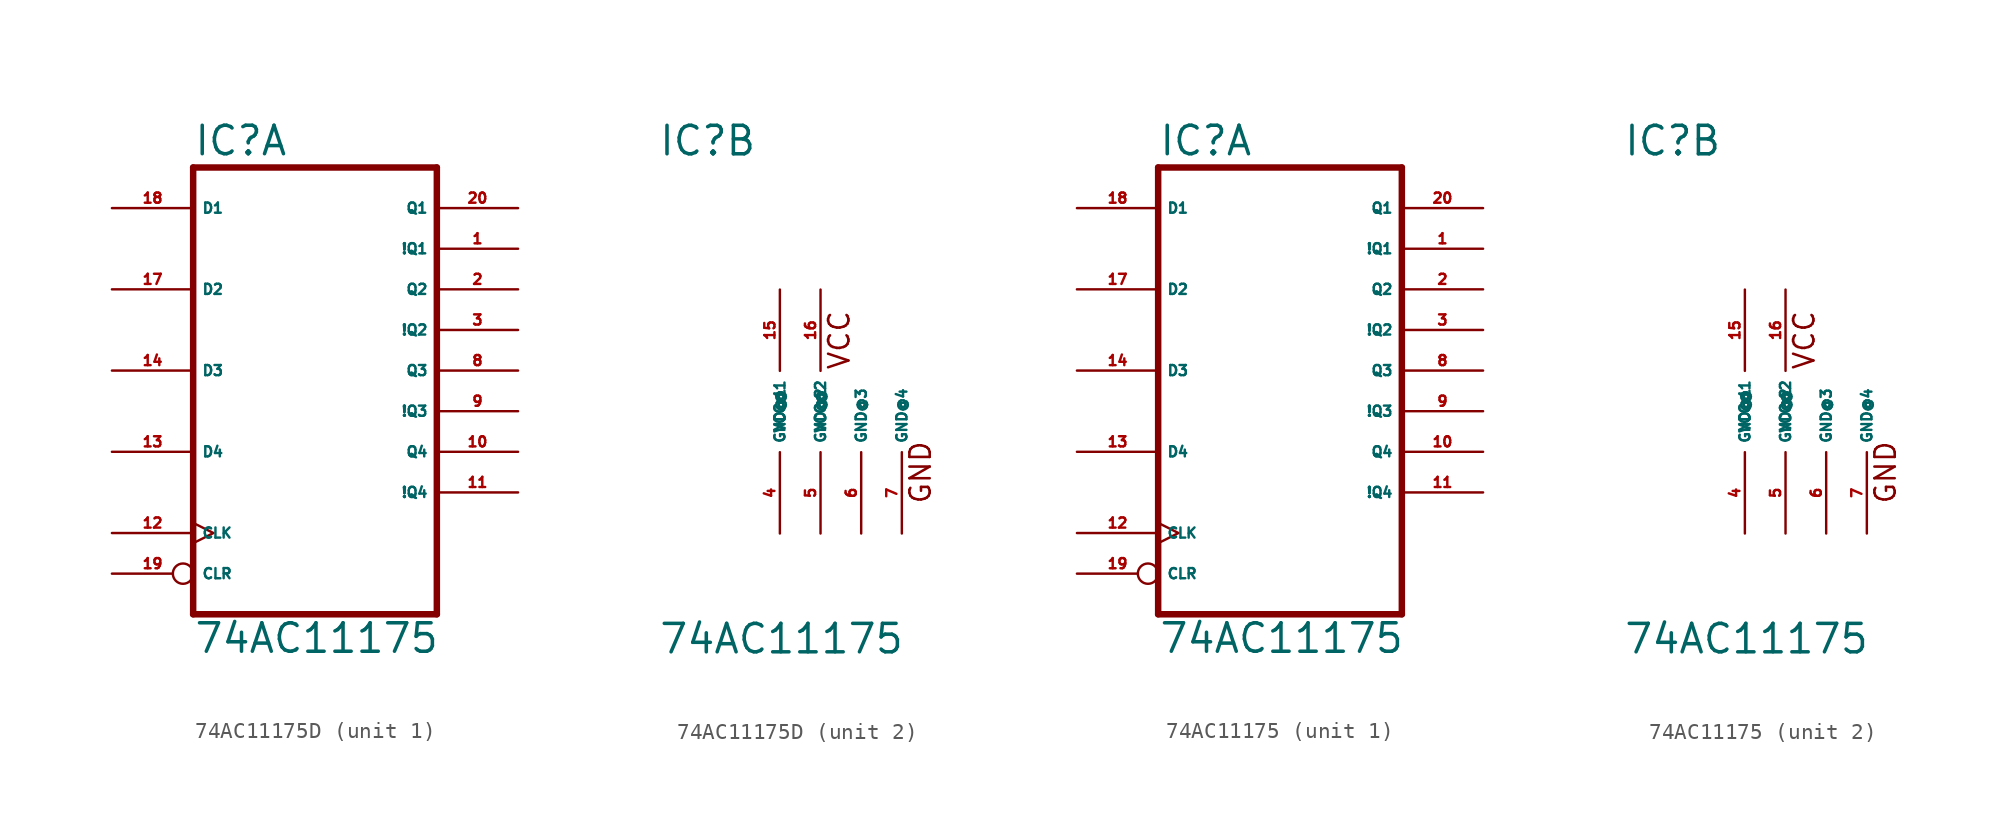
<source format=kicad_sym>
(kicad_symbol_lib
  (version 20220914)
  (generator Eagle2Kicad)
  (symbol "74AC11175D"
    (property "Reference" "IC"
      (at -7.62 15.875 0)
      (effects (font (size 1.778 1.778) (thickness 0.22)) (justify left bottom)))
    (property "Value" "74AC11175"
      (at -7.62 -15.24 0)
      (effects (font (size 1.778 1.778) (thickness 0.22)) (justify left bottom)))
    (symbol "74AC11175D_1_0"
      (polyline (pts (xy -7.62 -12.7) (xy 7.62 -12.7)) (stroke (width 0.406) (type default)) (fill (type none)))
      (polyline (pts (xy 7.62 -12.7) (xy 7.62 15.24)) (stroke (width 0.406) (type default)) (fill (type none)))
      (polyline (pts (xy 7.62 15.24) (xy -7.62 15.24)) (stroke (width 0.406) (type default)) (fill (type none)))
      (polyline (pts (xy -7.62 15.24) (xy -7.62 -12.7)) (stroke (width 0.406) (type default)) (fill (type none)))
      (pin output line (at 12.7 10.16 180) (length 5.08) (name "!Q1" (effects (font (size 0.635 0.635) (thickness 0.08)) (justify left bottom))) (number "1" (effects (font (size 0.635 0.635) (thickness 0.08)) (justify left bottom))))
      (pin output line (at 12.7 7.62 180) (length 5.08) (name "Q2" (effects (font (size 0.635 0.635) (thickness 0.08)) (justify left bottom))) (number "2" (effects (font (size 0.635 0.635) (thickness 0.08)) (justify left bottom))))
      (pin output line (at 12.7 5.08 180) (length 5.08) (name "!Q2" (effects (font (size 0.635 0.635) (thickness 0.08)) (justify left bottom))) (number "3" (effects (font (size 0.635 0.635) (thickness 0.08)) (justify left bottom))))
      (pin output line (at 12.7 2.54 180) (length 5.08) (name "Q3" (effects (font (size 0.635 0.635) (thickness 0.08)) (justify left bottom))) (number "8" (effects (font (size 0.635 0.635) (thickness 0.08)) (justify left bottom))))
      (pin output line (at 12.7 0 180) (length 5.08) (name "!Q3" (effects (font (size 0.635 0.635) (thickness 0.08)) (justify left bottom))) (number "9" (effects (font (size 0.635 0.635) (thickness 0.08)) (justify left bottom))))
      (pin output line (at 12.7 -2.54 180) (length 5.08) (name "Q4" (effects (font (size 0.635 0.635) (thickness 0.08)) (justify left bottom))) (number "10" (effects (font (size 0.635 0.635) (thickness 0.08)) (justify left bottom))))
      (pin output line (at 12.7 -5.08 180) (length 5.08) (name "!Q4" (effects (font (size 0.635 0.635) (thickness 0.08)) (justify left bottom))) (number "11" (effects (font (size 0.635 0.635) (thickness 0.08)) (justify left bottom))))
      (pin input clock (at -12.7 -7.62 0) (length 5.08) (name "CLK" (effects (font (size 0.635 0.635) (thickness 0.08)) (justify left bottom))) (number "12" (effects (font (size 0.635 0.635) (thickness 0.08)) (justify left bottom))))
      (pin input line (at -12.7 -2.54 0) (length 5.08) (name "D4" (effects (font (size 0.635 0.635) (thickness 0.08)) (justify left bottom))) (number "13" (effects (font (size 0.635 0.635) (thickness 0.08)) (justify left bottom))))
      (pin input line (at -12.7 2.54 0) (length 5.08) (name "D3" (effects (font (size 0.635 0.635) (thickness 0.08)) (justify left bottom))) (number "14" (effects (font (size 0.635 0.635) (thickness 0.08)) (justify left bottom))))
      (pin input line (at -12.7 7.62 0) (length 5.08) (name "D2" (effects (font (size 0.635 0.635) (thickness 0.08)) (justify left bottom))) (number "17" (effects (font (size 0.635 0.635) (thickness 0.08)) (justify left bottom))))
      (pin input line (at -12.7 12.7 0) (length 5.08) (name "D1" (effects (font (size 0.635 0.635) (thickness 0.08)) (justify left bottom))) (number "18" (effects (font (size 0.635 0.635) (thickness 0.08)) (justify left bottom))))
      (pin input inverted (at -12.7 -10.16 0) (length 5.08) (name "CLR" (effects (font (size 0.635 0.635) (thickness 0.08)) (justify left bottom))) (number "19" (effects (font (size 0.635 0.635) (thickness 0.08)) (justify left bottom))))
      (pin output line (at 12.7 12.7 180) (length 5.08) (name "Q1" (effects (font (size 0.635 0.635) (thickness 0.08)) (justify left bottom))) (number "20" (effects (font (size 0.635 0.635) (thickness 0.08)) (justify left bottom)))))
    (symbol "74AC11175D_2_0"
      (text "VCC" (at 4.445 2.54 900) (effects (font (size 1.27 1.27) (thickness 0.16)) (justify left bottom)))
      (text "GND" (at 9.525 -5.842 900) (effects (font (size 1.27 1.27) (thickness 0.16)) (justify left bottom)))
      (pin unspecified line (at 0 -7.62 90) (length 5.08) (name "GND@1" (effects (font (size 0.635 0.635) (thickness 0.08)) (justify left bottom))) (number "4" (effects (font (size 0.635 0.635) (thickness 0.08)) (justify left bottom))))
      (pin unspecified line (at 2.54 -7.62 90) (length 5.08) (name "GND@2" (effects (font (size 0.635 0.635) (thickness 0.08)) (justify left bottom))) (number "5" (effects (font (size 0.635 0.635) (thickness 0.08)) (justify left bottom))))
      (pin unspecified line (at 5.08 -7.62 90) (length 5.08) (name "GND@3" (effects (font (size 0.635 0.635) (thickness 0.08)) (justify left bottom))) (number "6" (effects (font (size 0.635 0.635) (thickness 0.08)) (justify left bottom))))
      (pin unspecified line (at 7.62 -7.62 90) (length 5.08) (name "GND@4" (effects (font (size 0.635 0.635) (thickness 0.08)) (justify left bottom))) (number "7" (effects (font (size 0.635 0.635) (thickness 0.08)) (justify left bottom))))
      (pin unspecified line (at 0 7.62 270) (length 5.08) (name "VCC@1" (effects (font (size 0.635 0.635) (thickness 0.08)) (justify left bottom))) (number "15" (effects (font (size 0.635 0.635) (thickness 0.08)) (justify left bottom))))
      (pin unspecified line (at 2.54 7.62 270) (length 5.08) (name "VCC@2" (effects (font (size 0.635 0.635) (thickness 0.08)) (justify left bottom))) (number "16" (effects (font (size 0.635 0.635) (thickness 0.08)) (justify left bottom))))))
  (symbol "74AC11175"
    (property "Reference" "IC"
      (at -7.62 15.875 0)
      (effects (font (size 1.778 1.778) (thickness 0.22)) (justify left bottom)))
    (property "Value" "74AC11175"
      (at -7.62 -15.24 0)
      (effects (font (size 1.778 1.778) (thickness 0.22)) (justify left bottom)))
    (symbol "74AC11175_1_0"
      (polyline (pts (xy -7.62 -12.7) (xy 7.62 -12.7)) (stroke (width 0.406) (type default)) (fill (type none)))
      (polyline (pts (xy 7.62 -12.7) (xy 7.62 15.24)) (stroke (width 0.406) (type default)) (fill (type none)))
      (polyline (pts (xy 7.62 15.24) (xy -7.62 15.24)) (stroke (width 0.406) (type default)) (fill (type none)))
      (polyline (pts (xy -7.62 15.24) (xy -7.62 -12.7)) (stroke (width 0.406) (type default)) (fill (type none)))
      (pin output line (at 12.7 10.16 180) (length 5.08) (name "!Q1" (effects (font (size 0.635 0.635) (thickness 0.08)) (justify left bottom))) (number "1" (effects (font (size 0.635 0.635) (thickness 0.08)) (justify left bottom))))
      (pin output line (at 12.7 7.62 180) (length 5.08) (name "Q2" (effects (font (size 0.635 0.635) (thickness 0.08)) (justify left bottom))) (number "2" (effects (font (size 0.635 0.635) (thickness 0.08)) (justify left bottom))))
      (pin output line (at 12.7 5.08 180) (length 5.08) (name "!Q2" (effects (font (size 0.635 0.635) (thickness 0.08)) (justify left bottom))) (number "3" (effects (font (size 0.635 0.635) (thickness 0.08)) (justify left bottom))))
      (pin output line (at 12.7 2.54 180) (length 5.08) (name "Q3" (effects (font (size 0.635 0.635) (thickness 0.08)) (justify left bottom))) (number "8" (effects (font (size 0.635 0.635) (thickness 0.08)) (justify left bottom))))
      (pin output line (at 12.7 0 180) (length 5.08) (name "!Q3" (effects (font (size 0.635 0.635) (thickness 0.08)) (justify left bottom))) (number "9" (effects (font (size 0.635 0.635) (thickness 0.08)) (justify left bottom))))
      (pin output line (at 12.7 -2.54 180) (length 5.08) (name "Q4" (effects (font (size 0.635 0.635) (thickness 0.08)) (justify left bottom))) (number "10" (effects (font (size 0.635 0.635) (thickness 0.08)) (justify left bottom))))
      (pin output line (at 12.7 -5.08 180) (length 5.08) (name "!Q4" (effects (font (size 0.635 0.635) (thickness 0.08)) (justify left bottom))) (number "11" (effects (font (size 0.635 0.635) (thickness 0.08)) (justify left bottom))))
      (pin input clock (at -12.7 -7.62 0) (length 5.08) (name "CLK" (effects (font (size 0.635 0.635) (thickness 0.08)) (justify left bottom))) (number "12" (effects (font (size 0.635 0.635) (thickness 0.08)) (justify left bottom))))
      (pin input line (at -12.7 -2.54 0) (length 5.08) (name "D4" (effects (font (size 0.635 0.635) (thickness 0.08)) (justify left bottom))) (number "13" (effects (font (size 0.635 0.635) (thickness 0.08)) (justify left bottom))))
      (pin input line (at -12.7 2.54 0) (length 5.08) (name "D3" (effects (font (size 0.635 0.635) (thickness 0.08)) (justify left bottom))) (number "14" (effects (font (size 0.635 0.635) (thickness 0.08)) (justify left bottom))))
      (pin input line (at -12.7 7.62 0) (length 5.08) (name "D2" (effects (font (size 0.635 0.635) (thickness 0.08)) (justify left bottom))) (number "17" (effects (font (size 0.635 0.635) (thickness 0.08)) (justify left bottom))))
      (pin input line (at -12.7 12.7 0) (length 5.08) (name "D1" (effects (font (size 0.635 0.635) (thickness 0.08)) (justify left bottom))) (number "18" (effects (font (size 0.635 0.635) (thickness 0.08)) (justify left bottom))))
      (pin input inverted (at -12.7 -10.16 0) (length 5.08) (name "CLR" (effects (font (size 0.635 0.635) (thickness 0.08)) (justify left bottom))) (number "19" (effects (font (size 0.635 0.635) (thickness 0.08)) (justify left bottom))))
      (pin output line (at 12.7 12.7 180) (length 5.08) (name "Q1" (effects (font (size 0.635 0.635) (thickness 0.08)) (justify left bottom))) (number "20" (effects (font (size 0.635 0.635) (thickness 0.08)) (justify left bottom)))))
    (symbol "74AC11175_2_0"
      (text "VCC" (at 4.445 2.54 900) (effects (font (size 1.27 1.27) (thickness 0.16)) (justify left bottom)))
      (text "GND" (at 9.525 -5.842 900) (effects (font (size 1.27 1.27) (thickness 0.16)) (justify left bottom)))
      (pin unspecified line (at 0 -7.62 90) (length 5.08) (name "GND@1" (effects (font (size 0.635 0.635) (thickness 0.08)) (justify left bottom))) (number "4" (effects (font (size 0.635 0.635) (thickness 0.08)) (justify left bottom))))
      (pin unspecified line (at 2.54 -7.62 90) (length 5.08) (name "GND@2" (effects (font (size 0.635 0.635) (thickness 0.08)) (justify left bottom))) (number "5" (effects (font (size 0.635 0.635) (thickness 0.08)) (justify left bottom))))
      (pin unspecified line (at 5.08 -7.62 90) (length 5.08) (name "GND@3" (effects (font (size 0.635 0.635) (thickness 0.08)) (justify left bottom))) (number "6" (effects (font (size 0.635 0.635) (thickness 0.08)) (justify left bottom))))
      (pin unspecified line (at 7.62 -7.62 90) (length 5.08) (name "GND@4" (effects (font (size 0.635 0.635) (thickness 0.08)) (justify left bottom))) (number "7" (effects (font (size 0.635 0.635) (thickness 0.08)) (justify left bottom))))
      (pin unspecified line (at 0 7.62 270) (length 5.08) (name "VCC@1" (effects (font (size 0.635 0.635) (thickness 0.08)) (justify left bottom))) (number "15" (effects (font (size 0.635 0.635) (thickness 0.08)) (justify left bottom))))
      (pin unspecified line (at 2.54 7.62 270) (length 5.08) (name "VCC@2" (effects (font (size 0.635 0.635) (thickness 0.08)) (justify left bottom))) (number "16" (effects (font (size 0.635 0.635) (thickness 0.08)) (justify left bottom)))))))
</source>
